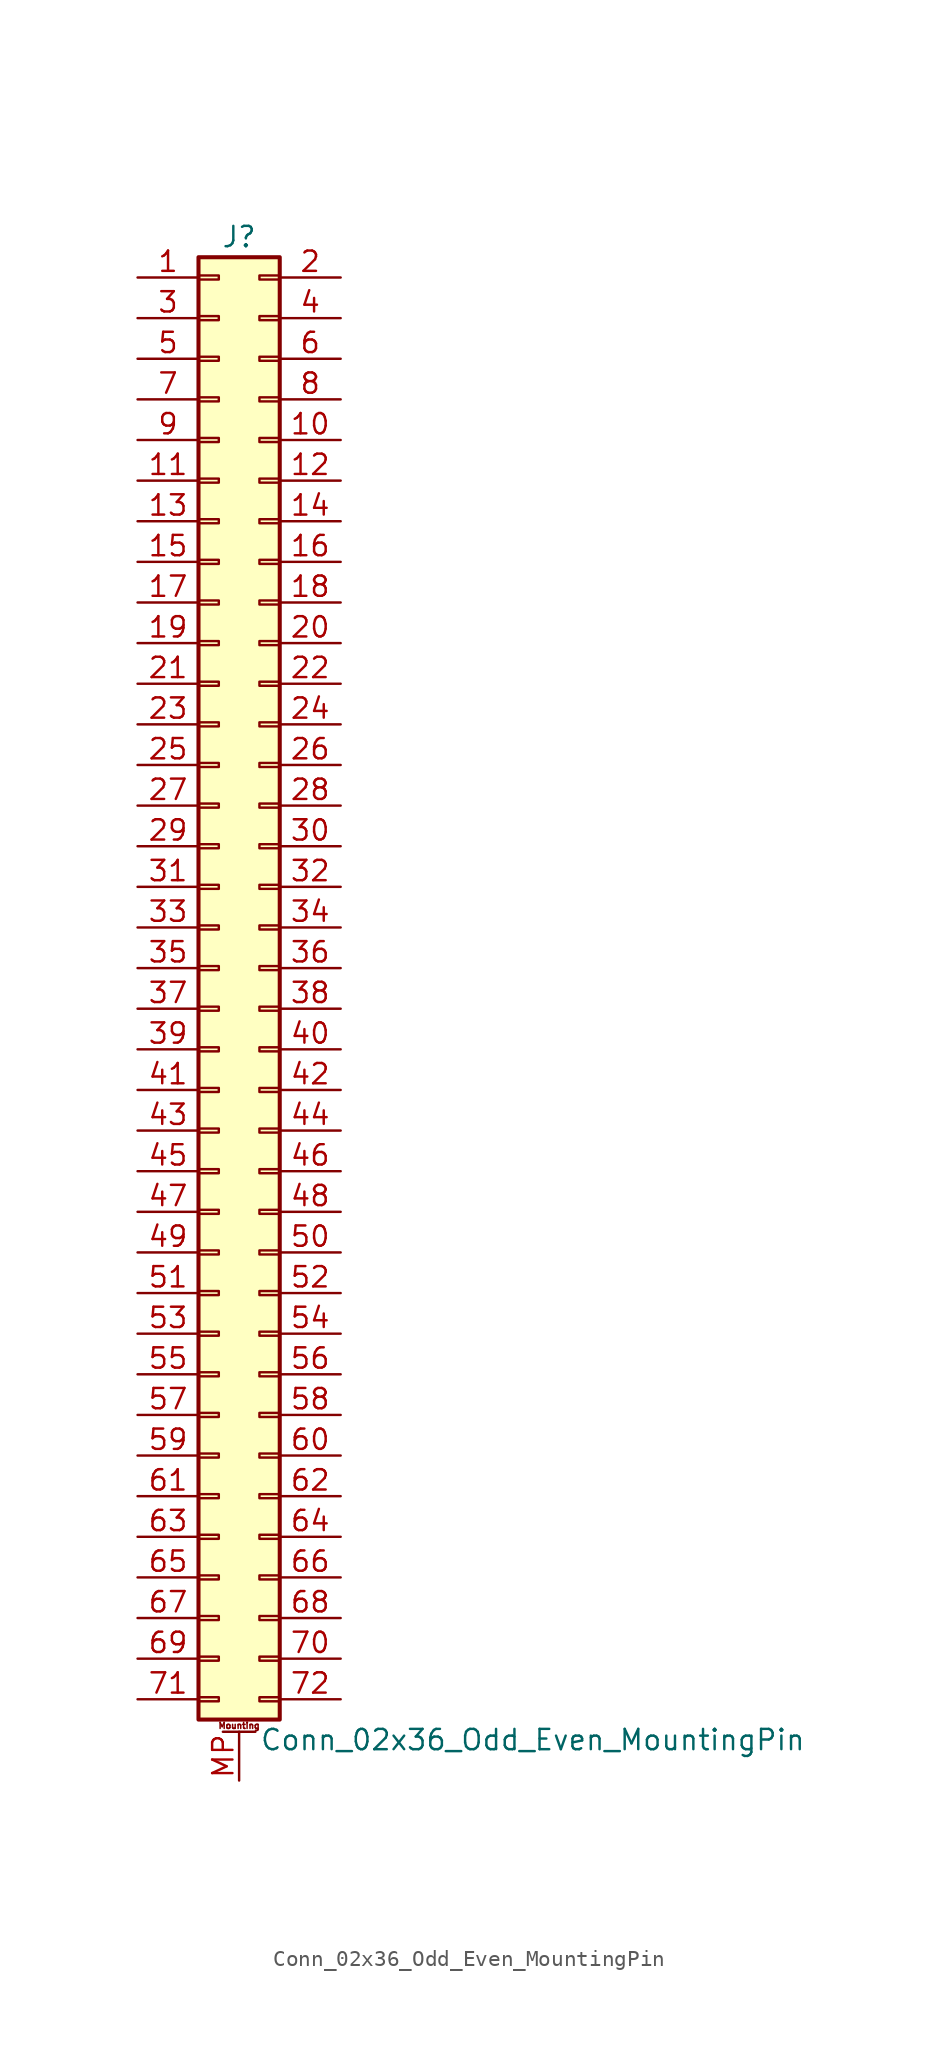
<source format=kicad_sym>
(kicad_symbol_lib
  (version 20201005)
  (generator kicad_symbol_editor)
  (symbol "Connector_Generic_MountingPin:Conn_02x36_Odd_Even_MountingPin"
    (pin_names
      (offset 1.016) hide)
    (property "Reference" "J"
      (at 1.27 45.72 0)
      (effects (font (size 1.27 1.27))))
    (property "Value" "Conn_02x36_Odd_Even_MountingPin"
      (at 2.54 -48.26 0)
      (effects (font (size 1.27 1.27)) (justify left)))
    (symbol "Conn_02x36_Odd_Even_MountingPin_1_1"
      (text "Mounting" (at 1.27 -47.371 0) (effects (font (size 0.381 0.381))))
      (rectangle (start -1.27 -27.813) (end 0 -28.067) (stroke (width 0.152)) (fill (type none)))
      (rectangle (start -1.27 -30.353) (end 0 -30.607) (stroke (width 0.152)) (fill (type none)))
      (rectangle (start -1.27 -32.893) (end 0 -33.147) (stroke (width 0.152)) (fill (type none)))
      (rectangle (start -1.27 -35.433) (end 0 -35.687) (stroke (width 0.152)) (fill (type none)))
      (rectangle (start -1.27 -37.973) (end 0 -38.227) (stroke (width 0.152)) (fill (type none)))
      (rectangle (start -1.27 -40.513) (end 0 -40.767) (stroke (width 0.152)) (fill (type none)))
      (rectangle (start -1.27 -43.053) (end 0 -43.307) (stroke (width 0.152)) (fill (type none)))
      (rectangle (start -1.27 -45.593) (end 0 -45.847) (stroke (width 0.152)) (fill (type none)))
      (rectangle (start -1.27 -4.953) (end 0 -5.207) (stroke (width 0.152)) (fill (type none)))
      (rectangle (start -1.27 -7.493) (end 0 -7.747) (stroke (width 0.152)) (fill (type none)))
      (rectangle (start -1.27 -10.033) (end 0 -10.287) (stroke (width 0.152)) (fill (type none)))
      (rectangle (start -1.27 -12.573) (end 0 -12.827) (stroke (width 0.152)) (fill (type none)))
      (rectangle (start -1.27 -15.113) (end 0 -15.367) (stroke (width 0.152)) (fill (type none)))
      (rectangle (start -1.27 -17.653) (end 0 -17.907) (stroke (width 0.152)) (fill (type none)))
      (rectangle (start -1.27 -20.193) (end 0 -20.447) (stroke (width 0.152)) (fill (type none)))
      (rectangle (start -1.27 -22.733) (end 0 -22.987) (stroke (width 0.152)) (fill (type none)))
      (rectangle (start -1.27 -2.413) (end 0 -2.667) (stroke (width 0.152)) (fill (type none)))
      (rectangle (start -1.27 -25.273) (end 0 -25.527) (stroke (width 0.152)) (fill (type none)))
      (rectangle (start -1.27 25.527) (end 0 25.273) (stroke (width 0.152)) (fill (type none)))
      (rectangle (start -1.27 2.667) (end 0 2.413) (stroke (width 0.152)) (fill (type none)))
      (rectangle (start -1.27 28.067) (end 0 27.813) (stroke (width 0.152)) (fill (type none)))
      (rectangle (start -1.27 30.607) (end 0 30.353) (stroke (width 0.152)) (fill (type none)))
      (rectangle (start -1.27 33.147) (end 0 32.893) (stroke (width 0.152)) (fill (type none)))
      (rectangle (start -1.27 35.687) (end 0 35.433) (stroke (width 0.152)) (fill (type none)))
      (rectangle (start -1.27 38.227) (end 0 37.973) (stroke (width 0.152)) (fill (type none)))
      (rectangle (start -1.27 40.767) (end 0 40.513) (stroke (width 0.152)) (fill (type none)))
      (rectangle (start -1.27 43.307) (end 0 43.053) (stroke (width 0.152)) (fill (type none)))
      (rectangle (start -1.27 44.45) (end 3.81 -46.99) (stroke (width 0.254)) (fill (type background)))
      (rectangle (start -1.27 5.207) (end 0 4.953) (stroke (width 0.152)) (fill (type none)))
      (rectangle (start -1.27 7.747) (end 0 7.493) (stroke (width 0.152)) (fill (type none)))
      (rectangle (start -1.27 10.287) (end 0 10.033) (stroke (width 0.152)) (fill (type none)))
      (rectangle (start -1.27 0.127) (end 0 -0.127) (stroke (width 0.152)) (fill (type none)))
      (rectangle (start -1.27 12.827) (end 0 12.573) (stroke (width 0.152)) (fill (type none)))
      (rectangle (start -1.27 15.367) (end 0 15.113) (stroke (width 0.152)) (fill (type none)))
      (rectangle (start -1.27 17.907) (end 0 17.653) (stroke (width 0.152)) (fill (type none)))
      (rectangle (start -1.27 20.447) (end 0 20.193) (stroke (width 0.152)) (fill (type none)))
      (rectangle (start -1.27 22.987) (end 0 22.733) (stroke (width 0.152)) (fill (type none)))
      (rectangle (start 3.81 -27.813) (end 2.54 -28.067) (stroke (width 0.152)) (fill (type none)))
      (rectangle (start 3.81 -30.353) (end 2.54 -30.607) (stroke (width 0.152)) (fill (type none)))
      (rectangle (start 3.81 -32.893) (end 2.54 -33.147) (stroke (width 0.152)) (fill (type none)))
      (rectangle (start 3.81 -35.433) (end 2.54 -35.687) (stroke (width 0.152)) (fill (type none)))
      (rectangle (start 3.81 -37.973) (end 2.54 -38.227) (stroke (width 0.152)) (fill (type none)))
      (rectangle (start 3.81 -40.513) (end 2.54 -40.767) (stroke (width 0.152)) (fill (type none)))
      (rectangle (start 3.81 -43.053) (end 2.54 -43.307) (stroke (width 0.152)) (fill (type none)))
      (rectangle (start 3.81 -45.593) (end 2.54 -45.847) (stroke (width 0.152)) (fill (type none)))
      (rectangle (start 3.81 -4.953) (end 2.54 -5.207) (stroke (width 0.152)) (fill (type none)))
      (rectangle (start 3.81 -7.493) (end 2.54 -7.747) (stroke (width 0.152)) (fill (type none)))
      (rectangle (start 3.81 -10.033) (end 2.54 -10.287) (stroke (width 0.152)) (fill (type none)))
      (rectangle (start 3.81 -12.573) (end 2.54 -12.827) (stroke (width 0.152)) (fill (type none)))
      (rectangle (start 3.81 -15.113) (end 2.54 -15.367) (stroke (width 0.152)) (fill (type none)))
      (rectangle (start 3.81 -17.653) (end 2.54 -17.907) (stroke (width 0.152)) (fill (type none)))
      (rectangle (start 3.81 -20.193) (end 2.54 -20.447) (stroke (width 0.152)) (fill (type none)))
      (rectangle (start 3.81 -22.733) (end 2.54 -22.987) (stroke (width 0.152)) (fill (type none)))
      (rectangle (start 3.81 -2.413) (end 2.54 -2.667) (stroke (width 0.152)) (fill (type none)))
      (rectangle (start 3.81 -25.273) (end 2.54 -25.527) (stroke (width 0.152)) (fill (type none)))
      (rectangle (start 3.81 25.527) (end 2.54 25.273) (stroke (width 0.152)) (fill (type none)))
      (rectangle (start 3.81 2.667) (end 2.54 2.413) (stroke (width 0.152)) (fill (type none)))
      (rectangle (start 3.81 28.067) (end 2.54 27.813) (stroke (width 0.152)) (fill (type none)))
      (rectangle (start 3.81 30.607) (end 2.54 30.353) (stroke (width 0.152)) (fill (type none)))
      (rectangle (start 3.81 33.147) (end 2.54 32.893) (stroke (width 0.152)) (fill (type none)))
      (rectangle (start 3.81 35.687) (end 2.54 35.433) (stroke (width 0.152)) (fill (type none)))
      (rectangle (start 3.81 38.227) (end 2.54 37.973) (stroke (width 0.152)) (fill (type none)))
      (rectangle (start 3.81 40.767) (end 2.54 40.513) (stroke (width 0.152)) (fill (type none)))
      (rectangle (start 3.81 43.307) (end 2.54 43.053) (stroke (width 0.152)) (fill (type none)))
      (rectangle (start 3.81 5.207) (end 2.54 4.953) (stroke (width 0.152)) (fill (type none)))
      (rectangle (start 3.81 7.747) (end 2.54 7.493) (stroke (width 0.152)) (fill (type none)))
      (rectangle (start 3.81 10.287) (end 2.54 10.033) (stroke (width 0.152)) (fill (type none)))
      (rectangle (start 3.81 0.127) (end 2.54 -0.127) (stroke (width 0.152)) (fill (type none)))
      (rectangle (start 3.81 12.827) (end 2.54 12.573) (stroke (width 0.152)) (fill (type none)))
      (rectangle (start 3.81 15.367) (end 2.54 15.113) (stroke (width 0.152)) (fill (type none)))
      (rectangle (start 3.81 17.907) (end 2.54 17.653) (stroke (width 0.152)) (fill (type none)))
      (rectangle (start 3.81 20.447) (end 2.54 20.193) (stroke (width 0.152)) (fill (type none)))
      (rectangle (start 3.81 22.987) (end 2.54 22.733) (stroke (width 0.152)) (fill (type none)))
      (polyline (pts (xy 0.254 -47.752) (xy 2.286 -47.752)) (stroke (width 0.152)) (fill (type none)))
      (pin passive line (at 1.27 -50.8 90) (length 3.048) (name "MountPin" (effects (font (size 1.27 1.27)))) (number "MP" (effects (font (size 1.27 1.27)))))
      (pin passive line (at -5.08 43.18 0) (length 3.81) (name "Pin_1" (effects (font (size 1.27 1.27)))) (number "1" (effects (font (size 1.27 1.27)))))
      (pin passive line (at 7.62 33.02 180) (length 3.81) (name "Pin_10" (effects (font (size 1.27 1.27)))) (number "10" (effects (font (size 1.27 1.27)))))
      (pin passive line (at -5.08 30.48 0) (length 3.81) (name "Pin_11" (effects (font (size 1.27 1.27)))) (number "11" (effects (font (size 1.27 1.27)))))
      (pin passive line (at 7.62 30.48 180) (length 3.81) (name "Pin_12" (effects (font (size 1.27 1.27)))) (number "12" (effects (font (size 1.27 1.27)))))
      (pin passive line (at -5.08 27.94 0) (length 3.81) (name "Pin_13" (effects (font (size 1.27 1.27)))) (number "13" (effects (font (size 1.27 1.27)))))
      (pin passive line (at 7.62 27.94 180) (length 3.81) (name "Pin_14" (effects (font (size 1.27 1.27)))) (number "14" (effects (font (size 1.27 1.27)))))
      (pin passive line (at -5.08 25.4 0) (length 3.81) (name "Pin_15" (effects (font (size 1.27 1.27)))) (number "15" (effects (font (size 1.27 1.27)))))
      (pin passive line (at 7.62 25.4 180) (length 3.81) (name "Pin_16" (effects (font (size 1.27 1.27)))) (number "16" (effects (font (size 1.27 1.27)))))
      (pin passive line (at -5.08 22.86 0) (length 3.81) (name "Pin_17" (effects (font (size 1.27 1.27)))) (number "17" (effects (font (size 1.27 1.27)))))
      (pin passive line (at 7.62 22.86 180) (length 3.81) (name "Pin_18" (effects (font (size 1.27 1.27)))) (number "18" (effects (font (size 1.27 1.27)))))
      (pin passive line (at -5.08 20.32 0) (length 3.81) (name "Pin_19" (effects (font (size 1.27 1.27)))) (number "19" (effects (font (size 1.27 1.27)))))
      (pin passive line (at 7.62 43.18 180) (length 3.81) (name "Pin_2" (effects (font (size 1.27 1.27)))) (number "2" (effects (font (size 1.27 1.27)))))
      (pin passive line (at 7.62 20.32 180) (length 3.81) (name "Pin_20" (effects (font (size 1.27 1.27)))) (number "20" (effects (font (size 1.27 1.27)))))
      (pin passive line (at -5.08 17.78 0) (length 3.81) (name "Pin_21" (effects (font (size 1.27 1.27)))) (number "21" (effects (font (size 1.27 1.27)))))
      (pin passive line (at 7.62 17.78 180) (length 3.81) (name "Pin_22" (effects (font (size 1.27 1.27)))) (number "22" (effects (font (size 1.27 1.27)))))
      (pin passive line (at -5.08 15.24 0) (length 3.81) (name "Pin_23" (effects (font (size 1.27 1.27)))) (number "23" (effects (font (size 1.27 1.27)))))
      (pin passive line (at 7.62 15.24 180) (length 3.81) (name "Pin_24" (effects (font (size 1.27 1.27)))) (number "24" (effects (font (size 1.27 1.27)))))
      (pin passive line (at -5.08 12.7 0) (length 3.81) (name "Pin_25" (effects (font (size 1.27 1.27)))) (number "25" (effects (font (size 1.27 1.27)))))
      (pin passive line (at 7.62 12.7 180) (length 3.81) (name "Pin_26" (effects (font (size 1.27 1.27)))) (number "26" (effects (font (size 1.27 1.27)))))
      (pin passive line (at -5.08 10.16 0) (length 3.81) (name "Pin_27" (effects (font (size 1.27 1.27)))) (number "27" (effects (font (size 1.27 1.27)))))
      (pin passive line (at 7.62 10.16 180) (length 3.81) (name "Pin_28" (effects (font (size 1.27 1.27)))) (number "28" (effects (font (size 1.27 1.27)))))
      (pin passive line (at -5.08 7.62 0) (length 3.81) (name "Pin_29" (effects (font (size 1.27 1.27)))) (number "29" (effects (font (size 1.27 1.27)))))
      (pin passive line (at -5.08 40.64 0) (length 3.81) (name "Pin_3" (effects (font (size 1.27 1.27)))) (number "3" (effects (font (size 1.27 1.27)))))
      (pin passive line (at 7.62 7.62 180) (length 3.81) (name "Pin_30" (effects (font (size 1.27 1.27)))) (number "30" (effects (font (size 1.27 1.27)))))
      (pin passive line (at -5.08 5.08 0) (length 3.81) (name "Pin_31" (effects (font (size 1.27 1.27)))) (number "31" (effects (font (size 1.27 1.27)))))
      (pin passive line (at 7.62 5.08 180) (length 3.81) (name "Pin_32" (effects (font (size 1.27 1.27)))) (number "32" (effects (font (size 1.27 1.27)))))
      (pin passive line (at -5.08 2.54 0) (length 3.81) (name "Pin_33" (effects (font (size 1.27 1.27)))) (number "33" (effects (font (size 1.27 1.27)))))
      (pin passive line (at 7.62 2.54 180) (length 3.81) (name "Pin_34" (effects (font (size 1.27 1.27)))) (number "34" (effects (font (size 1.27 1.27)))))
      (pin passive line (at -5.08 0 0) (length 3.81) (name "Pin_35" (effects (font (size 1.27 1.27)))) (number "35" (effects (font (size 1.27 1.27)))))
      (pin passive line (at 7.62 0 180) (length 3.81) (name "Pin_36" (effects (font (size 1.27 1.27)))) (number "36" (effects (font (size 1.27 1.27)))))
      (pin passive line (at -5.08 -2.54 0) (length 3.81) (name "Pin_37" (effects (font (size 1.27 1.27)))) (number "37" (effects (font (size 1.27 1.27)))))
      (pin passive line (at 7.62 -2.54 180) (length 3.81) (name "Pin_38" (effects (font (size 1.27 1.27)))) (number "38" (effects (font (size 1.27 1.27)))))
      (pin passive line (at -5.08 -5.08 0) (length 3.81) (name "Pin_39" (effects (font (size 1.27 1.27)))) (number "39" (effects (font (size 1.27 1.27)))))
      (pin passive line (at 7.62 40.64 180) (length 3.81) (name "Pin_4" (effects (font (size 1.27 1.27)))) (number "4" (effects (font (size 1.27 1.27)))))
      (pin passive line (at 7.62 -5.08 180) (length 3.81) (name "Pin_40" (effects (font (size 1.27 1.27)))) (number "40" (effects (font (size 1.27 1.27)))))
      (pin passive line (at -5.08 -7.62 0) (length 3.81) (name "Pin_41" (effects (font (size 1.27 1.27)))) (number "41" (effects (font (size 1.27 1.27)))))
      (pin passive line (at 7.62 -7.62 180) (length 3.81) (name "Pin_42" (effects (font (size 1.27 1.27)))) (number "42" (effects (font (size 1.27 1.27)))))
      (pin passive line (at -5.08 -10.16 0) (length 3.81) (name "Pin_43" (effects (font (size 1.27 1.27)))) (number "43" (effects (font (size 1.27 1.27)))))
      (pin passive line (at 7.62 -10.16 180) (length 3.81) (name "Pin_44" (effects (font (size 1.27 1.27)))) (number "44" (effects (font (size 1.27 1.27)))))
      (pin passive line (at -5.08 -12.7 0) (length 3.81) (name "Pin_45" (effects (font (size 1.27 1.27)))) (number "45" (effects (font (size 1.27 1.27)))))
      (pin passive line (at 7.62 -12.7 180) (length 3.81) (name "Pin_46" (effects (font (size 1.27 1.27)))) (number "46" (effects (font (size 1.27 1.27)))))
      (pin passive line (at -5.08 -15.24 0) (length 3.81) (name "Pin_47" (effects (font (size 1.27 1.27)))) (number "47" (effects (font (size 1.27 1.27)))))
      (pin passive line (at 7.62 -15.24 180) (length 3.81) (name "Pin_48" (effects (font (size 1.27 1.27)))) (number "48" (effects (font (size 1.27 1.27)))))
      (pin passive line (at -5.08 -17.78 0) (length 3.81) (name "Pin_49" (effects (font (size 1.27 1.27)))) (number "49" (effects (font (size 1.27 1.27)))))
      (pin passive line (at -5.08 38.1 0) (length 3.81) (name "Pin_5" (effects (font (size 1.27 1.27)))) (number "5" (effects (font (size 1.27 1.27)))))
      (pin passive line (at 7.62 -17.78 180) (length 3.81) (name "Pin_50" (effects (font (size 1.27 1.27)))) (number "50" (effects (font (size 1.27 1.27)))))
      (pin passive line (at -5.08 -20.32 0) (length 3.81) (name "Pin_51" (effects (font (size 1.27 1.27)))) (number "51" (effects (font (size 1.27 1.27)))))
      (pin passive line (at 7.62 -20.32 180) (length 3.81) (name "Pin_52" (effects (font (size 1.27 1.27)))) (number "52" (effects (font (size 1.27 1.27)))))
      (pin passive line (at -5.08 -22.86 0) (length 3.81) (name "Pin_53" (effects (font (size 1.27 1.27)))) (number "53" (effects (font (size 1.27 1.27)))))
      (pin passive line (at 7.62 -22.86 180) (length 3.81) (name "Pin_54" (effects (font (size 1.27 1.27)))) (number "54" (effects (font (size 1.27 1.27)))))
      (pin passive line (at -5.08 -25.4 0) (length 3.81) (name "Pin_55" (effects (font (size 1.27 1.27)))) (number "55" (effects (font (size 1.27 1.27)))))
      (pin passive line (at 7.62 -25.4 180) (length 3.81) (name "Pin_56" (effects (font (size 1.27 1.27)))) (number "56" (effects (font (size 1.27 1.27)))))
      (pin passive line (at -5.08 -27.94 0) (length 3.81) (name "Pin_57" (effects (font (size 1.27 1.27)))) (number "57" (effects (font (size 1.27 1.27)))))
      (pin passive line (at 7.62 -27.94 180) (length 3.81) (name "Pin_58" (effects (font (size 1.27 1.27)))) (number "58" (effects (font (size 1.27 1.27)))))
      (pin passive line (at -5.08 -30.48 0) (length 3.81) (name "Pin_59" (effects (font (size 1.27 1.27)))) (number "59" (effects (font (size 1.27 1.27)))))
      (pin passive line (at 7.62 38.1 180) (length 3.81) (name "Pin_6" (effects (font (size 1.27 1.27)))) (number "6" (effects (font (size 1.27 1.27)))))
      (pin passive line (at 7.62 -30.48 180) (length 3.81) (name "Pin_60" (effects (font (size 1.27 1.27)))) (number "60" (effects (font (size 1.27 1.27)))))
      (pin passive line (at -5.08 -33.02 0) (length 3.81) (name "Pin_61" (effects (font (size 1.27 1.27)))) (number "61" (effects (font (size 1.27 1.27)))))
      (pin passive line (at 7.62 -33.02 180) (length 3.81) (name "Pin_62" (effects (font (size 1.27 1.27)))) (number "62" (effects (font (size 1.27 1.27)))))
      (pin passive line (at -5.08 -35.56 0) (length 3.81) (name "Pin_63" (effects (font (size 1.27 1.27)))) (number "63" (effects (font (size 1.27 1.27)))))
      (pin passive line (at 7.62 -35.56 180) (length 3.81) (name "Pin_64" (effects (font (size 1.27 1.27)))) (number "64" (effects (font (size 1.27 1.27)))))
      (pin passive line (at -5.08 -38.1 0) (length 3.81) (name "Pin_65" (effects (font (size 1.27 1.27)))) (number "65" (effects (font (size 1.27 1.27)))))
      (pin passive line (at 7.62 -38.1 180) (length 3.81) (name "Pin_66" (effects (font (size 1.27 1.27)))) (number "66" (effects (font (size 1.27 1.27)))))
      (pin passive line (at -5.08 -40.64 0) (length 3.81) (name "Pin_67" (effects (font (size 1.27 1.27)))) (number "67" (effects (font (size 1.27 1.27)))))
      (pin passive line (at 7.62 -40.64 180) (length 3.81) (name "Pin_68" (effects (font (size 1.27 1.27)))) (number "68" (effects (font (size 1.27 1.27)))))
      (pin passive line (at -5.08 -43.18 0) (length 3.81) (name "Pin_69" (effects (font (size 1.27 1.27)))) (number "69" (effects (font (size 1.27 1.27)))))
      (pin passive line (at -5.08 35.56 0) (length 3.81) (name "Pin_7" (effects (font (size 1.27 1.27)))) (number "7" (effects (font (size 1.27 1.27)))))
      (pin passive line (at 7.62 -43.18 180) (length 3.81) (name "Pin_70" (effects (font (size 1.27 1.27)))) (number "70" (effects (font (size 1.27 1.27)))))
      (pin passive line (at -5.08 -45.72 0) (length 3.81) (name "Pin_71" (effects (font (size 1.27 1.27)))) (number "71" (effects (font (size 1.27 1.27)))))
      (pin passive line (at 7.62 -45.72 180) (length 3.81) (name "Pin_72" (effects (font (size 1.27 1.27)))) (number "72" (effects (font (size 1.27 1.27)))))
      (pin passive line (at 7.62 35.56 180) (length 3.81) (name "Pin_8" (effects (font (size 1.27 1.27)))) (number "8" (effects (font (size 1.27 1.27)))))
      (pin passive line (at -5.08 33.02 0) (length 3.81) (name "Pin_9" (effects (font (size 1.27 1.27)))) (number "9" (effects (font (size 1.27 1.27))))))))
</source>
